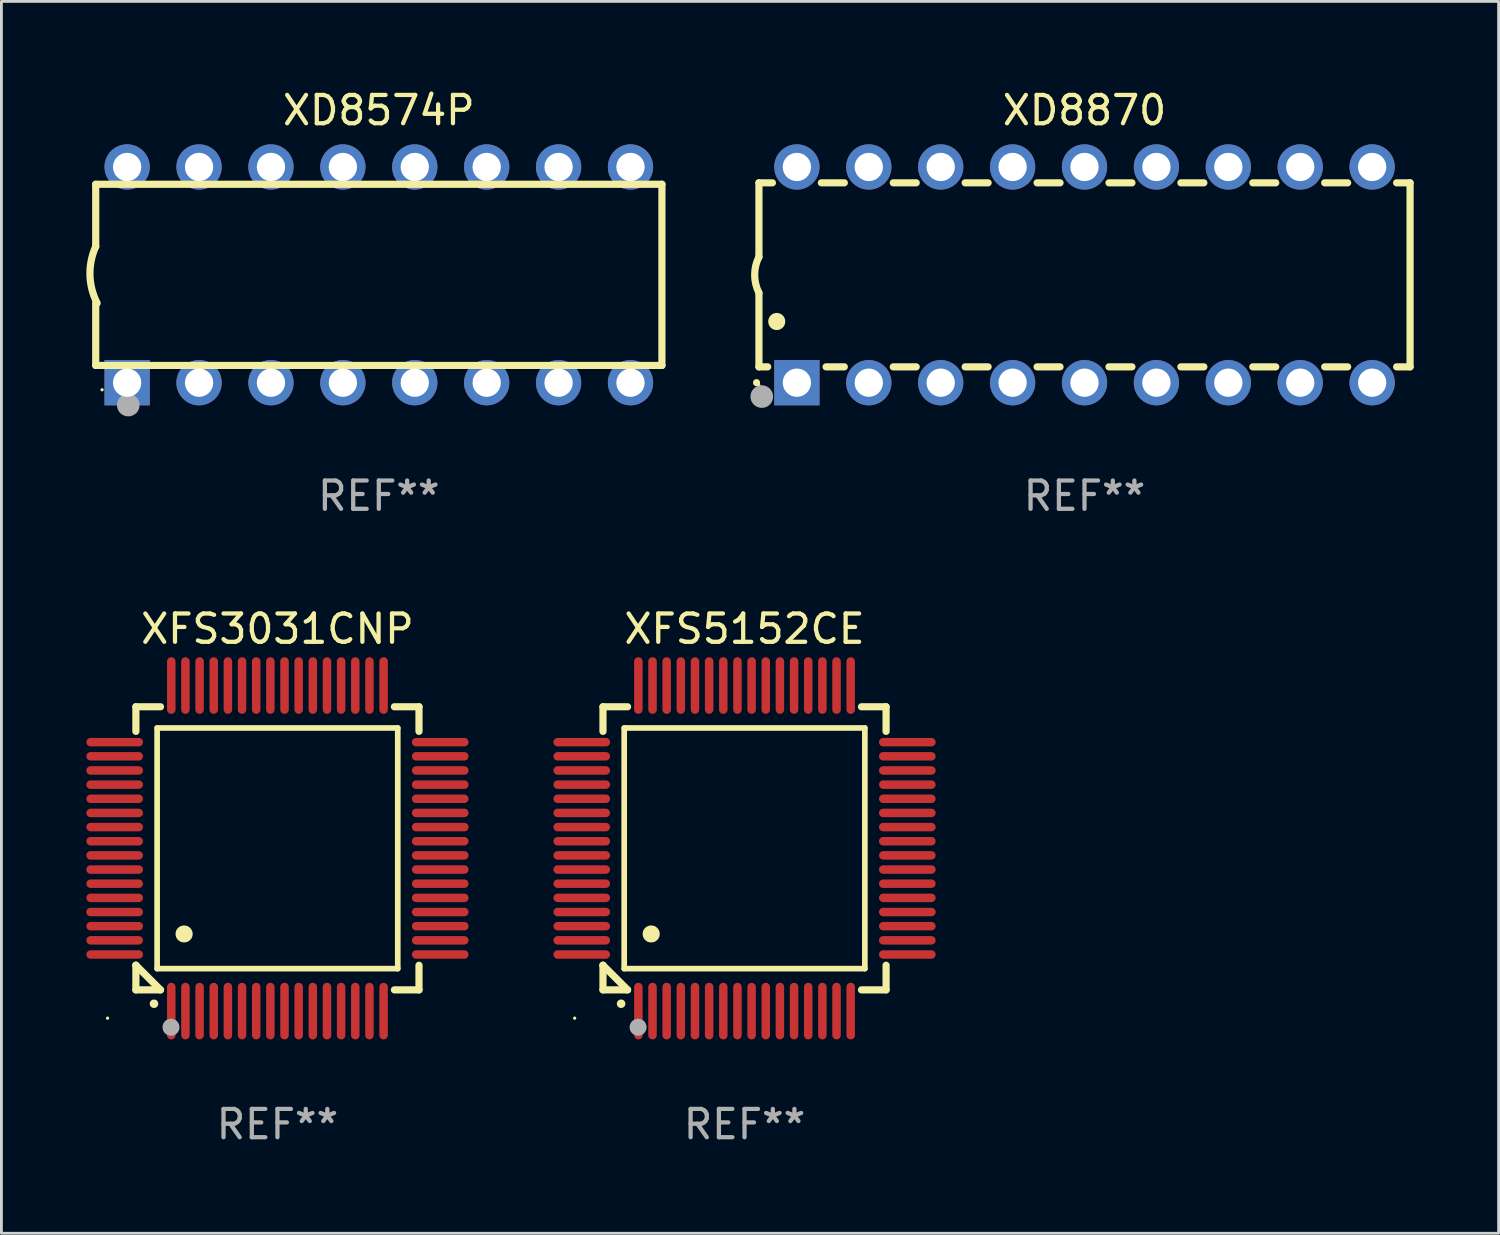
<source format=kicad_pcb>
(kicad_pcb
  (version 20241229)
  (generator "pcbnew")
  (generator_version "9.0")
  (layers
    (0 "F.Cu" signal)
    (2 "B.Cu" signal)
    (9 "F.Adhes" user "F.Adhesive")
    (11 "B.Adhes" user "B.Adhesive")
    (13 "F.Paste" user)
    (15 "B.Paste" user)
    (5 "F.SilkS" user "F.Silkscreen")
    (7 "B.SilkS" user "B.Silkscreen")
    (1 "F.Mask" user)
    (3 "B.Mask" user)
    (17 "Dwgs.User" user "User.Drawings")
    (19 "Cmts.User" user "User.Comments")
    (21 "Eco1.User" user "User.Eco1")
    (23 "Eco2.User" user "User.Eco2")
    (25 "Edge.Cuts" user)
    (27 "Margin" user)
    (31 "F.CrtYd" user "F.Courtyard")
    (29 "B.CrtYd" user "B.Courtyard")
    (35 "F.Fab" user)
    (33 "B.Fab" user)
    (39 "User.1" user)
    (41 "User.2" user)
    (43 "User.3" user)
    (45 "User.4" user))
  (footprint "XD8870"
    (layer "F.Cu")
    (at 35.258 6.658)
    (property "Reference" "XD8870" (at 0 -5.81 0) (layer "F.SilkS") (effects (font (size 1 1) (thickness 0.15))))
    (attr through_hole)
    (fp_line (start -11.5 -3.25) (end -11.5 -0.635) (stroke (width 0.254) (type solid)) (layer "F.SilkS"))
    (fp_line (start -11.5 3.25) (end -11.5 0.635) (stroke (width 0.254) (type solid)) (layer "F.SilkS"))
    (fp_line (start -11.5 3.25) (end -11.191 3.25) (stroke (width 0.254) (type solid)) (layer "F.SilkS"))
    (fp_line (start -11.025 -3.25) (end -11.5 -3.25) (stroke (width 0.254) (type solid)) (layer "F.SilkS"))
    (fp_line (start -9.129 3.25) (end -8.485 3.25) (stroke (width 0.254) (type solid)) (layer "F.SilkS"))
    (fp_line (start -8.485 -3.25) (end -9.295 -3.25) (stroke (width 0.254) (type solid)) (layer "F.SilkS"))
    (fp_line (start -6.755 3.25) (end -5.945 3.25) (stroke (width 0.254) (type solid)) (layer "F.SilkS"))
    (fp_line (start -5.945 -3.25) (end -6.755 -3.25) (stroke (width 0.254) (type solid)) (layer "F.SilkS"))
    (fp_line (start -4.215 3.25) (end -3.405 3.25) (stroke (width 0.254) (type solid)) (layer "F.SilkS"))
    (fp_line (start -3.405 -3.25) (end -4.215 -3.25) (stroke (width 0.254) (type solid)) (layer "F.SilkS"))
    (fp_line (start -1.675 3.25) (end -0.865 3.25) (stroke (width 0.254) (type solid)) (layer "F.SilkS"))
    (fp_line (start -0.865 -3.25) (end -1.675 -3.25) (stroke (width 0.254) (type solid)) (layer "F.SilkS"))
    (fp_line (start 0.865 3.25) (end 1.675 3.25) (stroke (width 0.254) (type solid)) (layer "F.SilkS"))
    (fp_line (start 1.675 -3.25) (end 0.865 -3.25) (stroke (width 0.254) (type solid)) (layer "F.SilkS"))
    (fp_line (start 3.405 3.25) (end 4.215 3.25) (stroke (width 0.254) (type solid)) (layer "F.SilkS"))
    (fp_line (start 4.215 -3.25) (end 3.405 -3.25) (stroke (width 0.254) (type solid)) (layer "F.SilkS"))
    (fp_line (start 5.945 3.25) (end 6.755 3.25) (stroke (width 0.254) (type solid)) (layer "F.SilkS"))
    (fp_line (start 6.755 -3.25) (end 5.945 -3.25) (stroke (width 0.254) (type solid)) (layer "F.SilkS"))
    (fp_line (start 8.485 3.25) (end 9.295 3.25) (stroke (width 0.254) (type solid)) (layer "F.SilkS"))
    (fp_line (start 9.295 -3.25) (end 8.485 -3.25) (stroke (width 0.254) (type solid)) (layer "F.SilkS"))
    (fp_line (start 11.025 3.25) (end 11.5 3.25) (stroke (width 0.254) (type solid)) (layer "F.SilkS"))
    (fp_line (start 11.5 -3.25) (end 11.025 -3.25) (stroke (width 0.254) (type solid)) (layer "F.SilkS"))
    (fp_line (start 11.5 -3.25) (end 11.5 3.25) (stroke (width 0.254) (type solid)) (layer "F.SilkS"))
    (fp_arc (start -11.584963 3.810008) (mid -11.58497 3.808738) (end -11.584963 3.807468) (stroke (width 0.25) (type solid)) (layer "F.SilkS"))
    (fp_arc (start -11.501143 0.635001) (mid -11.650665 -0.000132) (end -11.500025 -0.635001) (stroke (width 0.254001) (type solid)) (layer "F.SilkS"))
    (fp_arc (start -10.871222 1.651003) (mid -10.871233 1.648463) (end -10.871222 1.645923) (stroke (width 0.6) (type solid)) (layer "F.SilkS"))
    (fp_circle (center -11.5 3.91) (end -11.47 3.91) (stroke (width 0.06) (type solid)) (fill no) (layer "F.SilkS"))
    (fp_circle (center -11.4 4.3) (end -11.2 4.3) (stroke (width 0.4) (type solid)) (fill no) (layer "F.Fab"))
    (fp_text user "REF**" (at 0 7.81 0) (layer "F.Fab") (effects (font (size 1 1) (thickness 0.15))))
    (pad "1" thru_hole rect (at -10.16 3.81 90) (size 1.6 1.6) (drill 1) (layers "*.Cu" "*.Mask"))
    (pad "2" thru_hole circle (at -7.62 3.81 90) (size 1.6 1.6) (drill 1) (layers "*.Cu" "*.Mask"))
    (pad "3" thru_hole circle (at -5.08 3.81 90) (size 1.6 1.6) (drill 1) (layers "*.Cu" "*.Mask"))
    (pad "4" thru_hole circle (at -2.54 3.81 90) (size 1.6 1.6) (drill 1) (layers "*.Cu" "*.Mask"))
    (pad "5" thru_hole circle (at 0 3.81 90) (size 1.6 1.6) (drill 1) (layers "*.Cu" "*.Mask"))
    (pad "6" thru_hole circle (at 2.54 3.81 90) (size 1.6 1.6) (drill 1) (layers "*.Cu" "*.Mask"))
    (pad "7" thru_hole circle (at 5.08 3.81 90) (size 1.6 1.6) (drill 1) (layers "*.Cu" "*.Mask"))
    (pad "8" thru_hole circle (at 7.62 3.81 90) (size 1.6 1.6) (drill 1) (layers "*.Cu" "*.Mask"))
    (pad "9" thru_hole circle (at 10.16 3.81 90) (size 1.6 1.6) (drill 1) (layers "*.Cu" "*.Mask"))
    (pad "10" thru_hole circle (at 10.16 -3.81 90) (size 1.6 1.6) (drill 1) (layers "*.Cu" "*.Mask"))
    (pad "11" thru_hole circle (at 7.62 -3.81 90) (size 1.6 1.6) (drill 1) (layers "*.Cu" "*.Mask"))
    (pad "12" thru_hole circle (at 5.08 -3.81 90) (size 1.6 1.6) (drill 1) (layers "*.Cu" "*.Mask"))
    (pad "13" thru_hole circle (at 2.54 -3.81 90) (size 1.6 1.6) (drill 1) (layers "*.Cu" "*.Mask"))
    (pad "14" thru_hole circle (at 0 -3.81 90) (size 1.6 1.6) (drill 1) (layers "*.Cu" "*.Mask"))
    (pad "15" thru_hole circle (at -2.54 -3.81 90) (size 1.6 1.6) (drill 1) (layers "*.Cu" "*.Mask"))
    (pad "16" thru_hole circle (at -5.08 -3.81 90) (size 1.6 1.6) (drill 1) (layers "*.Cu" "*.Mask"))
    (pad "17" thru_hole circle (at -7.62 -3.81 90) (size 1.6 1.6) (drill 1) (layers "*.Cu" "*.Mask"))
    (pad "18" thru_hole circle (at -10.16 -3.81 90) (size 1.6 1.6) (drill 1) (layers "*.Cu" "*.Mask")))
  (footprint "XD8574P"
    (layer "F.Cu")
    (at 10.331 6.658)
    (property "Reference" "XD8574P" (at 0 -5.81 0) (layer "F.SilkS") (effects (font (size 1 1) (thickness 0.15))))
    (attr through_hole)
    (fp_line (start -10 -0.998) (end -10 -3.198) (stroke (width 0.254) (type solid)) (layer "F.SilkS"))
    (fp_line (start -10 3.2) (end -10 1) (stroke (width 0.254) (type solid)) (layer "F.SilkS"))
    (fp_line (start 10 -3.2) (end -10 -3.2) (stroke (width 0.254) (type solid)) (layer "F.SilkS"))
    (fp_line (start 10 3.2) (end -10 3.2) (stroke (width 0.254) (type solid)) (layer "F.SilkS"))
    (fp_line (start 10 3.2) (end 10 -3.2) (stroke (width 0.254) (type solid)) (layer "F.SilkS"))
    (fp_arc (start -9.949975 0.999974) (mid -10.203153 0.005693) (end -9.999987 -1) (stroke (width 0.254001) (type solid)) (layer "F.SilkS"))
    (fp_circle (center -9.775 4.06) (end -9.745 4.06) (stroke (width 0.06) (type solid)) (fill no) (layer "F.SilkS"))
    (fp_circle (center -8.85 4.6) (end -8.65 4.6) (stroke (width 0.4) (type solid)) (fill no) (layer "F.Fab"))
    (fp_text user "REF**" (at 0 7.81 0) (layer "F.Fab") (effects (font (size 1 1) (thickness 0.15))))
    (pad "1" thru_hole rect (at -8.89 3.81 90) (size 1.6 1.6) (drill 1) (layers "*.Cu" "*.Mask"))
    (pad "2" thru_hole circle (at -6.35 3.81) (size 1.6 1.6) (drill 1) (layers "*.Cu" "*.Mask"))
    (pad "3" thru_hole circle (at -3.81 3.81) (size 1.6 1.6) (drill 1) (layers "*.Cu" "*.Mask"))
    (pad "4" thru_hole circle (at -1.27 3.81) (size 1.6 1.6) (drill 1) (layers "*.Cu" "*.Mask"))
    (pad "5" thru_hole circle (at 1.27 3.81) (size 1.6 1.6) (drill 1) (layers "*.Cu" "*.Mask"))
    (pad "6" thru_hole circle (at 3.81 3.81) (size 1.6 1.6) (drill 1) (layers "*.Cu" "*.Mask"))
    (pad "7" thru_hole circle (at 6.35 3.81) (size 1.6 1.6) (drill 1) (layers "*.Cu" "*.Mask"))
    (pad "8" thru_hole circle (at 8.89 3.81) (size 1.6 1.6) (drill 1) (layers "*.Cu" "*.Mask"))
    (pad "9" thru_hole circle (at 8.89 -3.81) (size 1.6 1.6) (drill 1) (layers "*.Cu" "*.Mask"))
    (pad "10" thru_hole circle (at 6.35 -3.81) (size 1.6 1.6) (drill 1) (layers "*.Cu" "*.Mask"))
    (pad "11" thru_hole circle (at 3.81 -3.81) (size 1.6 1.6) (drill 1) (layers "*.Cu" "*.Mask"))
    (pad "12" thru_hole circle (at 1.27 -3.81) (size 1.6 1.6) (drill 1) (layers "*.Cu" "*.Mask"))
    (pad "13" thru_hole circle (at -1.27 -3.81) (size 1.6 1.6) (drill 1) (layers "*.Cu" "*.Mask"))
    (pad "14" thru_hole circle (at -3.81 -3.81) (size 1.6 1.6) (drill 1) (layers "*.Cu" "*.Mask"))
    (pad "15" thru_hole circle (at -6.35 -3.81) (size 1.6 1.6) (drill 1) (layers "*.Cu" "*.Mask"))
    (pad "16" thru_hole circle (at -8.89 -3.81) (size 1.6 1.6) (drill 1) (layers "*.Cu" "*.Mask")))
  (footprint "XFS3031CNP"
    (layer "F.Cu")
    (at 6.75 26.915)
    (property "Reference" "XFS3031CNP" (at 0 -7.75 0) (layer "F.SilkS") (effects (font (size 1 1) (thickness 0.15))))
    (attr through_hole)
    (fp_line (start -5 -5) (end -4.131 -5) (stroke (width 0.254) (type solid)) (layer "F.SilkS"))
    (fp_line (start -5 -4.131) (end -5 -5) (stroke (width 0.254) (type solid)) (layer "F.SilkS"))
    (fp_line (start -5 4.131) (end -5 4.131) (stroke (width 0.254) (type solid)) (layer "F.SilkS"))
    (fp_line (start -5 5) (end -5 4.131) (stroke (width 0.254) (type solid)) (layer "F.SilkS"))
    (fp_line (start -5 4.131) (end -4.131 5) (stroke (width 0.254) (type solid)) (layer "F.SilkS"))
    (fp_line (start -4.25 -4.25) (end -4.25 4.25) (stroke (width 0.2) (type solid)) (layer "F.SilkS"))
    (fp_line (start -4.25 4.25) (end 4.25 4.25) (stroke (width 0.2) (type solid)) (layer "F.SilkS"))
    (fp_line (start -4.131 5) (end -5 5) (stroke (width 0.254) (type solid)) (layer "F.SilkS"))
    (fp_line (start 4.25 -4.25) (end -4.25 -4.25) (stroke (width 0.2) (type solid)) (layer "F.SilkS"))
    (fp_line (start 4.25 4.25) (end 4.25 -4.25) (stroke (width 0.2) (type solid)) (layer "F.SilkS"))
    (fp_line (start 5 -5) (end 4.131 -5) (stroke (width 0.254) (type solid)) (layer "F.SilkS"))
    (fp_line (start 5 -5) (end 5 -4.131) (stroke (width 0.254) (type solid)) (layer "F.SilkS"))
    (fp_line (start 5 4.131) (end 5 5) (stroke (width 0.254) (type solid)) (layer "F.SilkS"))
    (fp_line (start 5 5) (end 4.131 5) (stroke (width 0.254) (type solid)) (layer "F.SilkS"))
    (fp_arc (start -4.361265 5.489992) (mid -4.359995 5.489987) (end -4.358725 5.489992) (stroke (width 0.3) (type solid)) (layer "F.SilkS"))
    (fp_arc (start -3.299467 3.025146) (mid -3.296927 3.025135) (end -3.294387 3.025146) (stroke (width 0.6) (type solid)) (layer "F.SilkS"))
    (fp_circle (center -6 6) (end -5.97 6) (stroke (width 0.06) (type solid)) (fill no) (layer "F.SilkS"))
    (fp_circle (center -3.76 6.32) (end -3.61 6.32) (stroke (width 0.3) (type solid)) (fill no) (layer "F.Fab"))
    (fp_text user "REF**" (at 0 9.75 0) (layer "F.Fab") (effects (font (size 1 1) (thickness 0.15))))
    (pad "1" smd oval (at -3.75 5.75) (size 0.3 2) (layers "F.Cu" "F.Mask" "F.Paste"))
    (pad "2" smd oval (at -3.25 5.75) (size 0.3 2) (layers "F.Cu" "F.Mask" "F.Paste"))
    (pad "3" smd oval (at -2.75 5.75) (size 0.3 2) (layers "F.Cu" "F.Mask" "F.Paste"))
    (pad "4" smd oval (at -2.25 5.75) (size 0.3 2) (layers "F.Cu" "F.Mask" "F.Paste"))
    (pad "5" smd oval (at -1.75 5.75) (size 0.3 2) (layers "F.Cu" "F.Mask" "F.Paste"))
    (pad "6" smd oval (at -1.25 5.75) (size 0.3 2) (layers "F.Cu" "F.Mask" "F.Paste"))
    (pad "7" smd oval (at -0.75 5.75) (size 0.3 2) (layers "F.Cu" "F.Mask" "F.Paste"))
    (pad "8" smd oval (at -0.25 5.75) (size 0.3 2) (layers "F.Cu" "F.Mask" "F.Paste"))
    (pad "9" smd oval (at 0.25 5.75) (size 0.3 2) (layers "F.Cu" "F.Mask" "F.Paste"))
    (pad "10" smd oval (at 0.75 5.75) (size 0.3 2) (layers "F.Cu" "F.Mask" "F.Paste"))
    (pad "11" smd oval (at 1.25 5.75) (size 0.3 2) (layers "F.Cu" "F.Mask" "F.Paste"))
    (pad "12" smd oval (at 1.75 5.75) (size 0.3 2) (layers "F.Cu" "F.Mask" "F.Paste"))
    (pad "13" smd oval (at 2.25 5.75) (size 0.3 2) (layers "F.Cu" "F.Mask" "F.Paste"))
    (pad "14" smd oval (at 2.75 5.75) (size 0.3 2) (layers "F.Cu" "F.Mask" "F.Paste"))
    (pad "15" smd oval (at 3.25 5.75) (size 0.3 2) (layers "F.Cu" "F.Mask" "F.Paste"))
    (pad "16" smd oval (at 3.75 5.75) (size 0.3 2) (layers "F.Cu" "F.Mask" "F.Paste"))
    (pad "17" smd oval (at 5.75 3.75) (size 2 0.3) (layers "F.Cu" "F.Mask" "F.Paste"))
    (pad "18" smd oval (at 5.75 3.25) (size 2 0.3) (layers "F.Cu" "F.Mask" "F.Paste"))
    (pad "19" smd oval (at 5.75 2.75) (size 2 0.3) (layers "F.Cu" "F.Mask" "F.Paste"))
    (pad "20" smd oval (at 5.75 2.25) (size 2 0.3) (layers "F.Cu" "F.Mask" "F.Paste"))
    (pad "21" smd oval (at 5.75 1.75) (size 2 0.3) (layers "F.Cu" "F.Mask" "F.Paste"))
    (pad "22" smd oval (at 5.75 1.25) (size 2 0.3) (layers "F.Cu" "F.Mask" "F.Paste"))
    (pad "23" smd oval (at 5.75 0.75) (size 2 0.3) (layers "F.Cu" "F.Mask" "F.Paste"))
    (pad "24" smd oval (at 5.75 0.25) (size 2 0.3) (layers "F.Cu" "F.Mask" "F.Paste"))
    (pad "25" smd oval (at 5.75 -0.25) (size 2 0.3) (layers "F.Cu" "F.Mask" "F.Paste"))
    (pad "26" smd oval (at 5.75 -0.75) (size 2 0.3) (layers "F.Cu" "F.Mask" "F.Paste"))
    (pad "27" smd oval (at 5.75 -1.25) (size 2 0.3) (layers "F.Cu" "F.Mask" "F.Paste"))
    (pad "28" smd oval (at 5.75 -1.75) (size 2 0.3) (layers "F.Cu" "F.Mask" "F.Paste"))
    (pad "29" smd oval (at 5.75 -2.25) (size 2 0.3) (layers "F.Cu" "F.Mask" "F.Paste"))
    (pad "30" smd oval (at 5.75 -2.75) (size 2 0.3) (layers "F.Cu" "F.Mask" "F.Paste"))
    (pad "31" smd oval (at 5.75 -3.25) (size 2 0.3) (layers "F.Cu" "F.Mask" "F.Paste"))
    (pad "32" smd oval (at 5.75 -3.75) (size 2 0.3) (layers "F.Cu" "F.Mask" "F.Paste"))
    (pad "33" smd oval (at 3.75 -5.75) (size 0.3 2) (layers "F.Cu" "F.Mask" "F.Paste"))
    (pad "34" smd oval (at 3.25 -5.75) (size 0.3 2) (layers "F.Cu" "F.Mask" "F.Paste"))
    (pad "35" smd oval (at 2.75 -5.75) (size 0.3 2) (layers "F.Cu" "F.Mask" "F.Paste"))
    (pad "36" smd oval (at 2.25 -5.75) (size 0.3 2) (layers "F.Cu" "F.Mask" "F.Paste"))
    (pad "37" smd oval (at 1.75 -5.75) (size 0.3 2) (layers "F.Cu" "F.Mask" "F.Paste"))
    (pad "38" smd oval (at 1.25 -5.75) (size 0.3 2) (layers "F.Cu" "F.Mask" "F.Paste"))
    (pad "39" smd oval (at 0.75 -5.75) (size 0.3 2) (layers "F.Cu" "F.Mask" "F.Paste"))
    (pad "40" smd oval (at 0.25 -5.75) (size 0.3 2) (layers "F.Cu" "F.Mask" "F.Paste"))
    (pad "41" smd oval (at -0.25 -5.75) (size 0.3 2) (layers "F.Cu" "F.Mask" "F.Paste"))
    (pad "42" smd oval (at -0.75 -5.75) (size 0.3 2) (layers "F.Cu" "F.Mask" "F.Paste"))
    (pad "43" smd oval (at -1.25 -5.75) (size 0.3 2) (layers "F.Cu" "F.Mask" "F.Paste"))
    (pad "44" smd oval (at -1.75 -5.75) (size 0.3 2) (layers "F.Cu" "F.Mask" "F.Paste"))
    (pad "45" smd oval (at -2.25 -5.75) (size 0.3 2) (layers "F.Cu" "F.Mask" "F.Paste"))
    (pad "46" smd oval (at -2.75 -5.75) (size 0.3 2) (layers "F.Cu" "F.Mask" "F.Paste"))
    (pad "47" smd oval (at -3.25 -5.75) (size 0.3 2) (layers "F.Cu" "F.Mask" "F.Paste"))
    (pad "48" smd oval (at -3.75 -5.75) (size 0.3 2) (layers "F.Cu" "F.Mask" "F.Paste"))
    (pad "49" smd oval (at -5.75 -3.75) (size 2 0.3) (layers "F.Cu" "F.Mask" "F.Paste"))
    (pad "50" smd oval (at -5.75 -3.25) (size 2 0.3) (layers "F.Cu" "F.Mask" "F.Paste"))
    (pad "51" smd oval (at -5.75 -2.75) (size 2 0.3) (layers "F.Cu" "F.Mask" "F.Paste"))
    (pad "52" smd oval (at -5.75 -2.25) (size 2 0.3) (layers "F.Cu" "F.Mask" "F.Paste"))
    (pad "53" smd oval (at -5.75 -1.75) (size 2 0.3) (layers "F.Cu" "F.Mask" "F.Paste"))
    (pad "54" smd oval (at -5.75 -1.25) (size 2 0.3) (layers "F.Cu" "F.Mask" "F.Paste"))
    (pad "55" smd oval (at -5.75 -0.75) (size 2 0.3) (layers "F.Cu" "F.Mask" "F.Paste"))
    (pad "56" smd oval (at -5.75 -0.25) (size 2 0.3) (layers "F.Cu" "F.Mask" "F.Paste"))
    (pad "57" smd oval (at -5.75 0.25) (size 2 0.3) (layers "F.Cu" "F.Mask" "F.Paste"))
    (pad "58" smd oval (at -5.75 0.75) (size 2 0.3) (layers "F.Cu" "F.Mask" "F.Paste"))
    (pad "59" smd oval (at -5.75 1.25) (size 2 0.3) (layers "F.Cu" "F.Mask" "F.Paste"))
    (pad "60" smd oval (at -5.75 1.75) (size 2 0.3) (layers "F.Cu" "F.Mask" "F.Paste"))
    (pad "61" smd oval (at -5.75 2.25) (size 2 0.3) (layers "F.Cu" "F.Mask" "F.Paste"))
    (pad "62" smd oval (at -5.75 2.75) (size 2 0.3) (layers "F.Cu" "F.Mask" "F.Paste"))
    (pad "63" smd oval (at -5.75 3.25) (size 2 0.3) (layers "F.Cu" "F.Mask" "F.Paste"))
    (pad "64" smd oval (at -5.75 3.75) (size 2 0.3) (layers "F.Cu" "F.Mask" "F.Paste")))
  (footprint "XFS5152CE"
    (layer "F.Cu")
    (at 23.249 26.915)
    (property "Reference" "XFS5152CE" (at 0 -7.75 0) (layer "F.SilkS") (effects (font (size 1 1) (thickness 0.15))))
    (attr through_hole)
    (fp_line (start -5 -5) (end -4.131 -5) (stroke (width 0.254) (type solid)) (layer "F.SilkS"))
    (fp_line (start -5 -4.131) (end -5 -5) (stroke (width 0.254) (type solid)) (layer "F.SilkS"))
    (fp_line (start -5 4.131) (end -5 4.131) (stroke (width 0.254) (type solid)) (layer "F.SilkS"))
    (fp_line (start -5 5) (end -5 4.131) (stroke (width 0.254) (type solid)) (layer "F.SilkS"))
    (fp_line (start -5 4.131) (end -4.131 5) (stroke (width 0.254) (type solid)) (layer "F.SilkS"))
    (fp_line (start -4.25 -4.25) (end -4.25 4.25) (stroke (width 0.2) (type solid)) (layer "F.SilkS"))
    (fp_line (start -4.25 4.25) (end 4.25 4.25) (stroke (width 0.2) (type solid)) (layer "F.SilkS"))
    (fp_line (start -4.131 5) (end -5 5) (stroke (width 0.254) (type solid)) (layer "F.SilkS"))
    (fp_line (start 4.25 -4.25) (end -4.25 -4.25) (stroke (width 0.2) (type solid)) (layer "F.SilkS"))
    (fp_line (start 4.25 4.25) (end 4.25 -4.25) (stroke (width 0.2) (type solid)) (layer "F.SilkS"))
    (fp_line (start 5 -5) (end 4.131 -5) (stroke (width 0.254) (type solid)) (layer "F.SilkS"))
    (fp_line (start 5 -5) (end 5 -4.131) (stroke (width 0.254) (type solid)) (layer "F.SilkS"))
    (fp_line (start 5 4.131) (end 5 5) (stroke (width 0.254) (type solid)) (layer "F.SilkS"))
    (fp_line (start 5 5) (end 4.131 5) (stroke (width 0.254) (type solid)) (layer "F.SilkS"))
    (fp_arc (start -4.361265 5.489992) (mid -4.359995 5.489987) (end -4.358725 5.489992) (stroke (width 0.3) (type solid)) (layer "F.SilkS"))
    (fp_arc (start -3.299467 3.025146) (mid -3.296927 3.025135) (end -3.294387 3.025146) (stroke (width 0.6) (type solid)) (layer "F.SilkS"))
    (fp_circle (center -6 6) (end -5.97 6) (stroke (width 0.06) (type solid)) (fill no) (layer "F.SilkS"))
    (fp_circle (center -3.76 6.32) (end -3.61 6.32) (stroke (width 0.3) (type solid)) (fill no) (layer "F.Fab"))
    (fp_text user "REF**" (at 0 9.75 0) (layer "F.Fab") (effects (font (size 1 1) (thickness 0.15))))
    (pad "1" smd oval (at -3.75 5.75) (size 0.3 2) (layers "F.Cu" "F.Mask" "F.Paste"))
    (pad "2" smd oval (at -3.25 5.75) (size 0.3 2) (layers "F.Cu" "F.Mask" "F.Paste"))
    (pad "3" smd oval (at -2.75 5.75) (size 0.3 2) (layers "F.Cu" "F.Mask" "F.Paste"))
    (pad "4" smd oval (at -2.25 5.75) (size 0.3 2) (layers "F.Cu" "F.Mask" "F.Paste"))
    (pad "5" smd oval (at -1.75 5.75) (size 0.3 2) (layers "F.Cu" "F.Mask" "F.Paste"))
    (pad "6" smd oval (at -1.25 5.75) (size 0.3 2) (layers "F.Cu" "F.Mask" "F.Paste"))
    (pad "7" smd oval (at -0.75 5.75) (size 0.3 2) (layers "F.Cu" "F.Mask" "F.Paste"))
    (pad "8" smd oval (at -0.25 5.75) (size 0.3 2) (layers "F.Cu" "F.Mask" "F.Paste"))
    (pad "9" smd oval (at 0.25 5.75) (size 0.3 2) (layers "F.Cu" "F.Mask" "F.Paste"))
    (pad "10" smd oval (at 0.75 5.75) (size 0.3 2) (layers "F.Cu" "F.Mask" "F.Paste"))
    (pad "11" smd oval (at 1.25 5.75) (size 0.3 2) (layers "F.Cu" "F.Mask" "F.Paste"))
    (pad "12" smd oval (at 1.75 5.75) (size 0.3 2) (layers "F.Cu" "F.Mask" "F.Paste"))
    (pad "13" smd oval (at 2.25 5.75) (size 0.3 2) (layers "F.Cu" "F.Mask" "F.Paste"))
    (pad "14" smd oval (at 2.75 5.75) (size 0.3 2) (layers "F.Cu" "F.Mask" "F.Paste"))
    (pad "15" smd oval (at 3.25 5.75) (size 0.3 2) (layers "F.Cu" "F.Mask" "F.Paste"))
    (pad "16" smd oval (at 3.75 5.75) (size 0.3 2) (layers "F.Cu" "F.Mask" "F.Paste"))
    (pad "17" smd oval (at 5.75 3.75) (size 2 0.3) (layers "F.Cu" "F.Mask" "F.Paste"))
    (pad "18" smd oval (at 5.75 3.25) (size 2 0.3) (layers "F.Cu" "F.Mask" "F.Paste"))
    (pad "19" smd oval (at 5.75 2.75) (size 2 0.3) (layers "F.Cu" "F.Mask" "F.Paste"))
    (pad "20" smd oval (at 5.75 2.25) (size 2 0.3) (layers "F.Cu" "F.Mask" "F.Paste"))
    (pad "21" smd oval (at 5.75 1.75) (size 2 0.3) (layers "F.Cu" "F.Mask" "F.Paste"))
    (pad "22" smd oval (at 5.75 1.25) (size 2 0.3) (layers "F.Cu" "F.Mask" "F.Paste"))
    (pad "23" smd oval (at 5.75 0.75) (size 2 0.3) (layers "F.Cu" "F.Mask" "F.Paste"))
    (pad "24" smd oval (at 5.75 0.25) (size 2 0.3) (layers "F.Cu" "F.Mask" "F.Paste"))
    (pad "25" smd oval (at 5.75 -0.25) (size 2 0.3) (layers "F.Cu" "F.Mask" "F.Paste"))
    (pad "26" smd oval (at 5.75 -0.75) (size 2 0.3) (layers "F.Cu" "F.Mask" "F.Paste"))
    (pad "27" smd oval (at 5.75 -1.25) (size 2 0.3) (layers "F.Cu" "F.Mask" "F.Paste"))
    (pad "28" smd oval (at 5.75 -1.75) (size 2 0.3) (layers "F.Cu" "F.Mask" "F.Paste"))
    (pad "29" smd oval (at 5.75 -2.25) (size 2 0.3) (layers "F.Cu" "F.Mask" "F.Paste"))
    (pad "30" smd oval (at 5.75 -2.75) (size 2 0.3) (layers "F.Cu" "F.Mask" "F.Paste"))
    (pad "31" smd oval (at 5.75 -3.25) (size 2 0.3) (layers "F.Cu" "F.Mask" "F.Paste"))
    (pad "32" smd oval (at 5.75 -3.75) (size 2 0.3) (layers "F.Cu" "F.Mask" "F.Paste"))
    (pad "33" smd oval (at 3.75 -5.75) (size 0.3 2) (layers "F.Cu" "F.Mask" "F.Paste"))
    (pad "34" smd oval (at 3.25 -5.75) (size 0.3 2) (layers "F.Cu" "F.Mask" "F.Paste"))
    (pad "35" smd oval (at 2.75 -5.75) (size 0.3 2) (layers "F.Cu" "F.Mask" "F.Paste"))
    (pad "36" smd oval (at 2.25 -5.75) (size 0.3 2) (layers "F.Cu" "F.Mask" "F.Paste"))
    (pad "37" smd oval (at 1.75 -5.75) (size 0.3 2) (layers "F.Cu" "F.Mask" "F.Paste"))
    (pad "38" smd oval (at 1.25 -5.75) (size 0.3 2) (layers "F.Cu" "F.Mask" "F.Paste"))
    (pad "39" smd oval (at 0.75 -5.75) (size 0.3 2) (layers "F.Cu" "F.Mask" "F.Paste"))
    (pad "40" smd oval (at 0.25 -5.75) (size 0.3 2) (layers "F.Cu" "F.Mask" "F.Paste"))
    (pad "41" smd oval (at -0.25 -5.75) (size 0.3 2) (layers "F.Cu" "F.Mask" "F.Paste"))
    (pad "42" smd oval (at -0.75 -5.75) (size 0.3 2) (layers "F.Cu" "F.Mask" "F.Paste"))
    (pad "43" smd oval (at -1.25 -5.75) (size 0.3 2) (layers "F.Cu" "F.Mask" "F.Paste"))
    (pad "44" smd oval (at -1.75 -5.75) (size 0.3 2) (layers "F.Cu" "F.Mask" "F.Paste"))
    (pad "45" smd oval (at -2.25 -5.75) (size 0.3 2) (layers "F.Cu" "F.Mask" "F.Paste"))
    (pad "46" smd oval (at -2.75 -5.75) (size 0.3 2) (layers "F.Cu" "F.Mask" "F.Paste"))
    (pad "47" smd oval (at -3.25 -5.75) (size 0.3 2) (layers "F.Cu" "F.Mask" "F.Paste"))
    (pad "48" smd oval (at -3.75 -5.75) (size 0.3 2) (layers "F.Cu" "F.Mask" "F.Paste"))
    (pad "49" smd oval (at -5.75 -3.75) (size 2 0.3) (layers "F.Cu" "F.Mask" "F.Paste"))
    (pad "50" smd oval (at -5.75 -3.25) (size 2 0.3) (layers "F.Cu" "F.Mask" "F.Paste"))
    (pad "51" smd oval (at -5.75 -2.75) (size 2 0.3) (layers "F.Cu" "F.Mask" "F.Paste"))
    (pad "52" smd oval (at -5.75 -2.25) (size 2 0.3) (layers "F.Cu" "F.Mask" "F.Paste"))
    (pad "53" smd oval (at -5.75 -1.75) (size 2 0.3) (layers "F.Cu" "F.Mask" "F.Paste"))
    (pad "54" smd oval (at -5.75 -1.25) (size 2 0.3) (layers "F.Cu" "F.Mask" "F.Paste"))
    (pad "55" smd oval (at -5.75 -0.75) (size 2 0.3) (layers "F.Cu" "F.Mask" "F.Paste"))
    (pad "56" smd oval (at -5.75 -0.25) (size 2 0.3) (layers "F.Cu" "F.Mask" "F.Paste"))
    (pad "57" smd oval (at -5.75 0.25) (size 2 0.3) (layers "F.Cu" "F.Mask" "F.Paste"))
    (pad "58" smd oval (at -5.75 0.75) (size 2 0.3) (layers "F.Cu" "F.Mask" "F.Paste"))
    (pad "59" smd oval (at -5.75 1.25) (size 2 0.3) (layers "F.Cu" "F.Mask" "F.Paste"))
    (pad "60" smd oval (at -5.75 1.75) (size 2 0.3) (layers "F.Cu" "F.Mask" "F.Paste"))
    (pad "61" smd oval (at -5.75 2.25) (size 2 0.3) (layers "F.Cu" "F.Mask" "F.Paste"))
    (pad "62" smd oval (at -5.75 2.75) (size 2 0.3) (layers "F.Cu" "F.Mask" "F.Paste"))
    (pad "63" smd oval (at -5.75 3.25) (size 2 0.3) (layers "F.Cu" "F.Mask" "F.Paste"))
    (pad "64" smd oval (at -5.75 3.75) (size 2 0.3) (layers "F.Cu" "F.Mask" "F.Paste")))
  (gr_rect
    (start -3 -3)
    (end 49.885 40.513)
    (stroke (width 0.1) (type default))
    (fill no)
    (layer "Edge.Cuts")))
</source>
